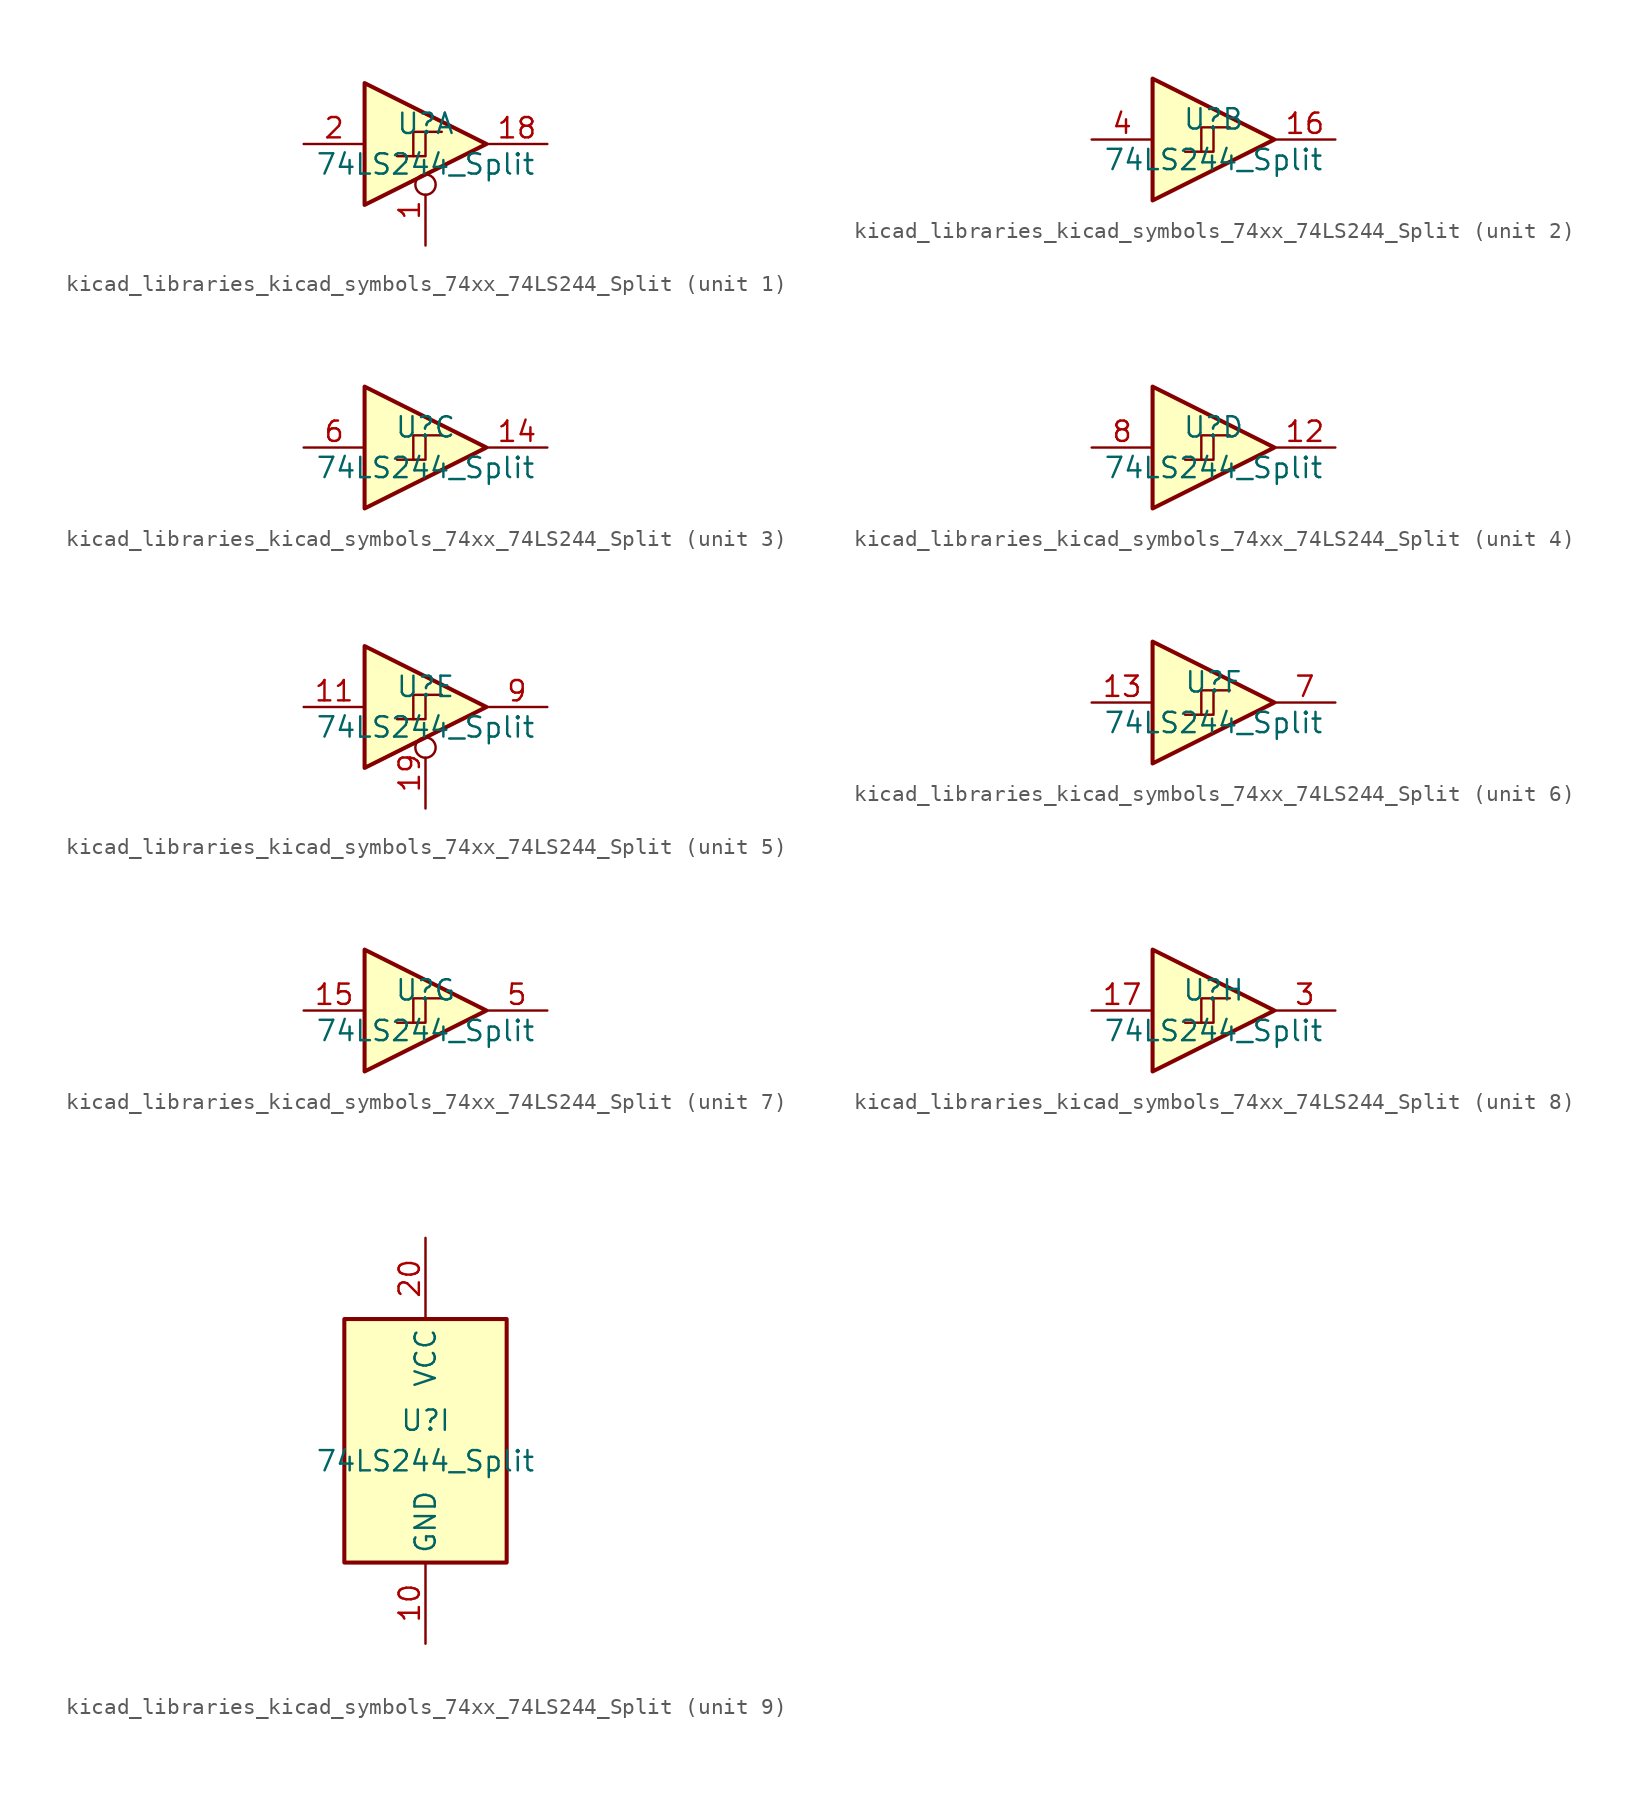
<source format=kicad_sym>
(kicad_symbol_lib
  (version 20220914)
  (generator kicad_symbol_editor)
  (symbol "kicad_libraries_kicad_symbols_74xx_74LS244_Split"
    (property "Reference" "U"
      (at 0 1.27 0)
      (effects (font (size 1.27 1.27))))
    (property "Value" "74LS244_Split"
      (at 0 -1.27 0)
      (effects (font (size 1.27 1.27))))
    (property "ki_locked" ""
      (at 0 0 0)
      (effects (font (size 1.27 1.27))))
    (symbol "kicad_libraries_kicad_symbols_74xx_74LS244_Split_1_0"
      (polyline (pts (xy -3.81 3.81) (xy -3.81 -3.81) (xy 3.81 0) (xy -3.81 3.81)) (stroke (width 0.254) (type default)) (fill (type background)))
      (pin input inverted (at 0 -6.35 90) (length 4.445) (name "~" (effects (font (size 1.27 1.27)))) (number "1" (effects (font (size 1.27 1.27)))))
      (pin tri_state line (at 7.62 0 180) (length 3.81) (name "~" (effects (font (size 1.27 1.27)))) (number "18" (effects (font (size 1.27 1.27)))))
      (pin input line (at -7.62 0 0) (length 3.81) (name "~" (effects (font (size 1.27 1.27)))) (number "2" (effects (font (size 1.27 1.27))))))
    (symbol "kicad_libraries_kicad_symbols_74xx_74LS244_Split_1_1"
      (polyline (pts (xy 0 0.762) (xy 0 -0.762) (xy -1.778 -0.762)) (stroke (width 0) (type default)) (fill (type none)))
      (polyline (pts (xy 1.016 0.762) (xy -0.762 0.762) (xy -0.762 -0.762)) (stroke (width 0) (type default)) (fill (type none))))
    (symbol "kicad_libraries_kicad_symbols_74xx_74LS244_Split_2_0"
      (polyline (pts (xy -3.81 3.81) (xy -3.81 -3.81) (xy 3.81 0) (xy -3.81 3.81)) (stroke (width 0.254) (type default)) (fill (type background)))
      (pin tri_state line (at 7.62 0 180) (length 3.81) (name "~" (effects (font (size 1.27 1.27)))) (number "16" (effects (font (size 1.27 1.27)))))
      (pin input line (at -7.62 0 0) (length 3.81) (name "~" (effects (font (size 1.27 1.27)))) (number "4" (effects (font (size 1.27 1.27))))))
    (symbol "kicad_libraries_kicad_symbols_74xx_74LS244_Split_2_1"
      (polyline (pts (xy 0 0.762) (xy 0 -0.762) (xy -1.778 -0.762)) (stroke (width 0) (type default)) (fill (type none)))
      (polyline (pts (xy 1.016 0.762) (xy -0.762 0.762) (xy -0.762 -0.762)) (stroke (width 0) (type default)) (fill (type none))))
    (symbol "kicad_libraries_kicad_symbols_74xx_74LS244_Split_3_0"
      (polyline (pts (xy -3.81 3.81) (xy -3.81 -3.81) (xy 3.81 0) (xy -3.81 3.81)) (stroke (width 0.254) (type default)) (fill (type background)))
      (pin tri_state line (at 7.62 0 180) (length 3.81) (name "~" (effects (font (size 1.27 1.27)))) (number "14" (effects (font (size 1.27 1.27)))))
      (pin input line (at -7.62 0 0) (length 3.81) (name "~" (effects (font (size 1.27 1.27)))) (number "6" (effects (font (size 1.27 1.27))))))
    (symbol "kicad_libraries_kicad_symbols_74xx_74LS244_Split_3_1"
      (polyline (pts (xy 0 0.762) (xy 0 -0.762) (xy -1.778 -0.762)) (stroke (width 0) (type default)) (fill (type none)))
      (polyline (pts (xy 1.016 0.762) (xy -0.762 0.762) (xy -0.762 -0.762)) (stroke (width 0) (type default)) (fill (type none))))
    (symbol "kicad_libraries_kicad_symbols_74xx_74LS244_Split_4_0"
      (polyline (pts (xy -3.81 3.81) (xy -3.81 -3.81) (xy 3.81 0) (xy -3.81 3.81)) (stroke (width 0.254) (type default)) (fill (type background)))
      (pin tri_state line (at 7.62 0 180) (length 3.81) (name "~" (effects (font (size 1.27 1.27)))) (number "12" (effects (font (size 1.27 1.27)))))
      (pin input line (at -7.62 0 0) (length 3.81) (name "~" (effects (font (size 1.27 1.27)))) (number "8" (effects (font (size 1.27 1.27))))))
    (symbol "kicad_libraries_kicad_symbols_74xx_74LS244_Split_4_1"
      (polyline (pts (xy 0 0.762) (xy 0 -0.762) (xy -1.778 -0.762)) (stroke (width 0) (type default)) (fill (type none)))
      (polyline (pts (xy 1.016 0.762) (xy -0.762 0.762) (xy -0.762 -0.762)) (stroke (width 0) (type default)) (fill (type none))))
    (symbol "kicad_libraries_kicad_symbols_74xx_74LS244_Split_5_0"
      (polyline (pts (xy -3.81 3.81) (xy -3.81 -3.81) (xy 3.81 0) (xy -3.81 3.81)) (stroke (width 0.254) (type default)) (fill (type background)))
      (pin input line (at -7.62 0 0) (length 3.81) (name "~" (effects (font (size 1.27 1.27)))) (number "11" (effects (font (size 1.27 1.27)))))
      (pin input inverted (at 0 -6.35 90) (length 4.445) (name "~" (effects (font (size 1.27 1.27)))) (number "19" (effects (font (size 1.27 1.27)))))
      (pin tri_state line (at 7.62 0 180) (length 3.81) (name "~" (effects (font (size 1.27 1.27)))) (number "9" (effects (font (size 1.27 1.27))))))
    (symbol "kicad_libraries_kicad_symbols_74xx_74LS244_Split_5_1"
      (polyline (pts (xy 0 0.762) (xy 0 -0.762) (xy -1.778 -0.762)) (stroke (width 0) (type default)) (fill (type none)))
      (polyline (pts (xy 1.016 0.762) (xy -0.762 0.762) (xy -0.762 -0.762)) (stroke (width 0) (type default)) (fill (type none))))
    (symbol "kicad_libraries_kicad_symbols_74xx_74LS244_Split_6_0"
      (polyline (pts (xy -3.81 3.81) (xy -3.81 -3.81) (xy 3.81 0) (xy -3.81 3.81)) (stroke (width 0.254) (type default)) (fill (type background)))
      (pin input line (at -7.62 0 0) (length 3.81) (name "~" (effects (font (size 1.27 1.27)))) (number "13" (effects (font (size 1.27 1.27)))))
      (pin tri_state line (at 7.62 0 180) (length 3.81) (name "~" (effects (font (size 1.27 1.27)))) (number "7" (effects (font (size 1.27 1.27))))))
    (symbol "kicad_libraries_kicad_symbols_74xx_74LS244_Split_6_1"
      (polyline (pts (xy 0 0.762) (xy 0 -0.762) (xy -1.778 -0.762)) (stroke (width 0) (type default)) (fill (type none)))
      (polyline (pts (xy 1.016 0.762) (xy -0.762 0.762) (xy -0.762 -0.762)) (stroke (width 0) (type default)) (fill (type none))))
    (symbol "kicad_libraries_kicad_symbols_74xx_74LS244_Split_7_0"
      (polyline (pts (xy -3.81 3.81) (xy -3.81 -3.81) (xy 3.81 0) (xy -3.81 3.81)) (stroke (width 0.254) (type default)) (fill (type background)))
      (pin input line (at -7.62 0 0) (length 3.81) (name "~" (effects (font (size 1.27 1.27)))) (number "15" (effects (font (size 1.27 1.27)))))
      (pin tri_state line (at 7.62 0 180) (length 3.81) (name "~" (effects (font (size 1.27 1.27)))) (number "5" (effects (font (size 1.27 1.27))))))
    (symbol "kicad_libraries_kicad_symbols_74xx_74LS244_Split_7_1"
      (polyline (pts (xy 0 0.762) (xy 0 -0.762) (xy -1.778 -0.762)) (stroke (width 0) (type default)) (fill (type none)))
      (polyline (pts (xy 1.016 0.762) (xy -0.762 0.762) (xy -0.762 -0.762)) (stroke (width 0) (type default)) (fill (type none))))
    (symbol "kicad_libraries_kicad_symbols_74xx_74LS244_Split_8_0"
      (polyline (pts (xy -3.81 3.81) (xy -3.81 -3.81) (xy 3.81 0) (xy -3.81 3.81)) (stroke (width 0.254) (type default)) (fill (type background)))
      (pin input line (at -7.62 0 0) (length 3.81) (name "~" (effects (font (size 1.27 1.27)))) (number "17" (effects (font (size 1.27 1.27)))))
      (pin tri_state line (at 7.62 0 180) (length 3.81) (name "~" (effects (font (size 1.27 1.27)))) (number "3" (effects (font (size 1.27 1.27))))))
    (symbol "kicad_libraries_kicad_symbols_74xx_74LS244_Split_8_1"
      (polyline (pts (xy 0 0.762) (xy 0 -0.762) (xy -1.778 -0.762)) (stroke (width 0) (type default)) (fill (type none)))
      (polyline (pts (xy 1.016 0.762) (xy -0.762 0.762) (xy -0.762 -0.762)) (stroke (width 0) (type default)) (fill (type none))))
    (symbol "kicad_libraries_kicad_symbols_74xx_74LS244_Split_9_0"
      (pin power_in line (at 0 -12.7 90) (length 5.08) (name "GND" (effects (font (size 1.27 1.27)))) (number "10" (effects (font (size 1.27 1.27)))))
      (pin power_in line (at 0 12.7 270) (length 5.08) (name "VCC" (effects (font (size 1.27 1.27)))) (number "20" (effects (font (size 1.27 1.27))))))
    (symbol "kicad_libraries_kicad_symbols_74xx_74LS244_Split_9_1"
      (rectangle (start -5.08 7.62) (end 5.08 -7.62) (stroke (width 0.254) (type default)) (fill (type background))))))
</source>
